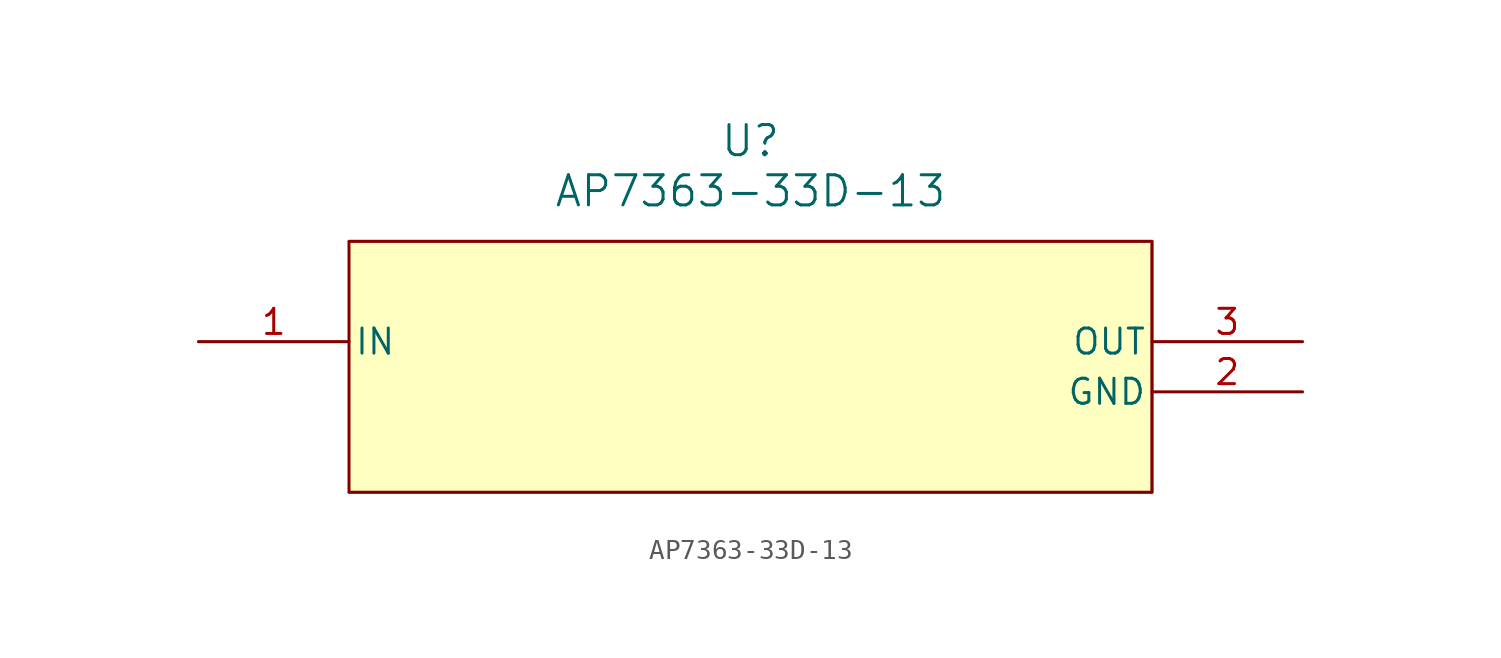
<source format=kicad_sym>
(kicad_symbol_lib
  (version 20241209)
  (generator "kicad_symbol_editor")
  (generator_version "9.0")
  (symbol "AP7363-33D-13"
    (pin_names
      (offset 0.254))
    (property "Reference" "U"
      (at 27.94 10.16 0)
      (effects (font (size 1.524 1.524))))
    (property "Value" "AP7363-33D-13"
      (at 27.94 7.62 0)
      (effects (font (size 1.524 1.524))))
    (property "ki_locked" ""
      (at 0 0 0)
      (effects (font (size 1.27 1.27))))
    (symbol "AP7363-33D-13_0_1"
      (polyline (pts (xy 7.62 -7.62) (xy 48.26 -7.62)) (stroke (width 0.127) (type default)) (fill (type none)))
      (polyline (pts (xy 48.26 5.08) (xy 7.62 5.08)) (stroke (width 0.127) (type default)) (fill (type none)))
      (polyline (pts (xy 48.26 -7.62) (xy 48.26 5.08)) (stroke (width 0.127) (type default)) (fill (type none)))
      (pin input line (at 0 0 0) (length 7.62) (name "IN" (effects (font (size 1.27 1.27)))) (number "1" (effects (font (size 1.27 1.27)))))
      (pin output line (at 55.88 0 180) (length 7.62) (name "OUT" (effects (font (size 1.27 1.27)))) (number "3" (effects (font (size 1.27 1.27)))))
      (pin power_in line (at 55.88 -2.54 180) (length 7.62) (name "GND" (effects (font (size 1.27 1.27)))) (number "2" (effects (font (size 1.27 1.27))))))
    (symbol "AP7363-33D-13_1_1"
      (rectangle (start 7.62 5.08) (end 48.26 -7.62) (stroke (width 0) (type solid)) (fill (type background))))))
</source>
